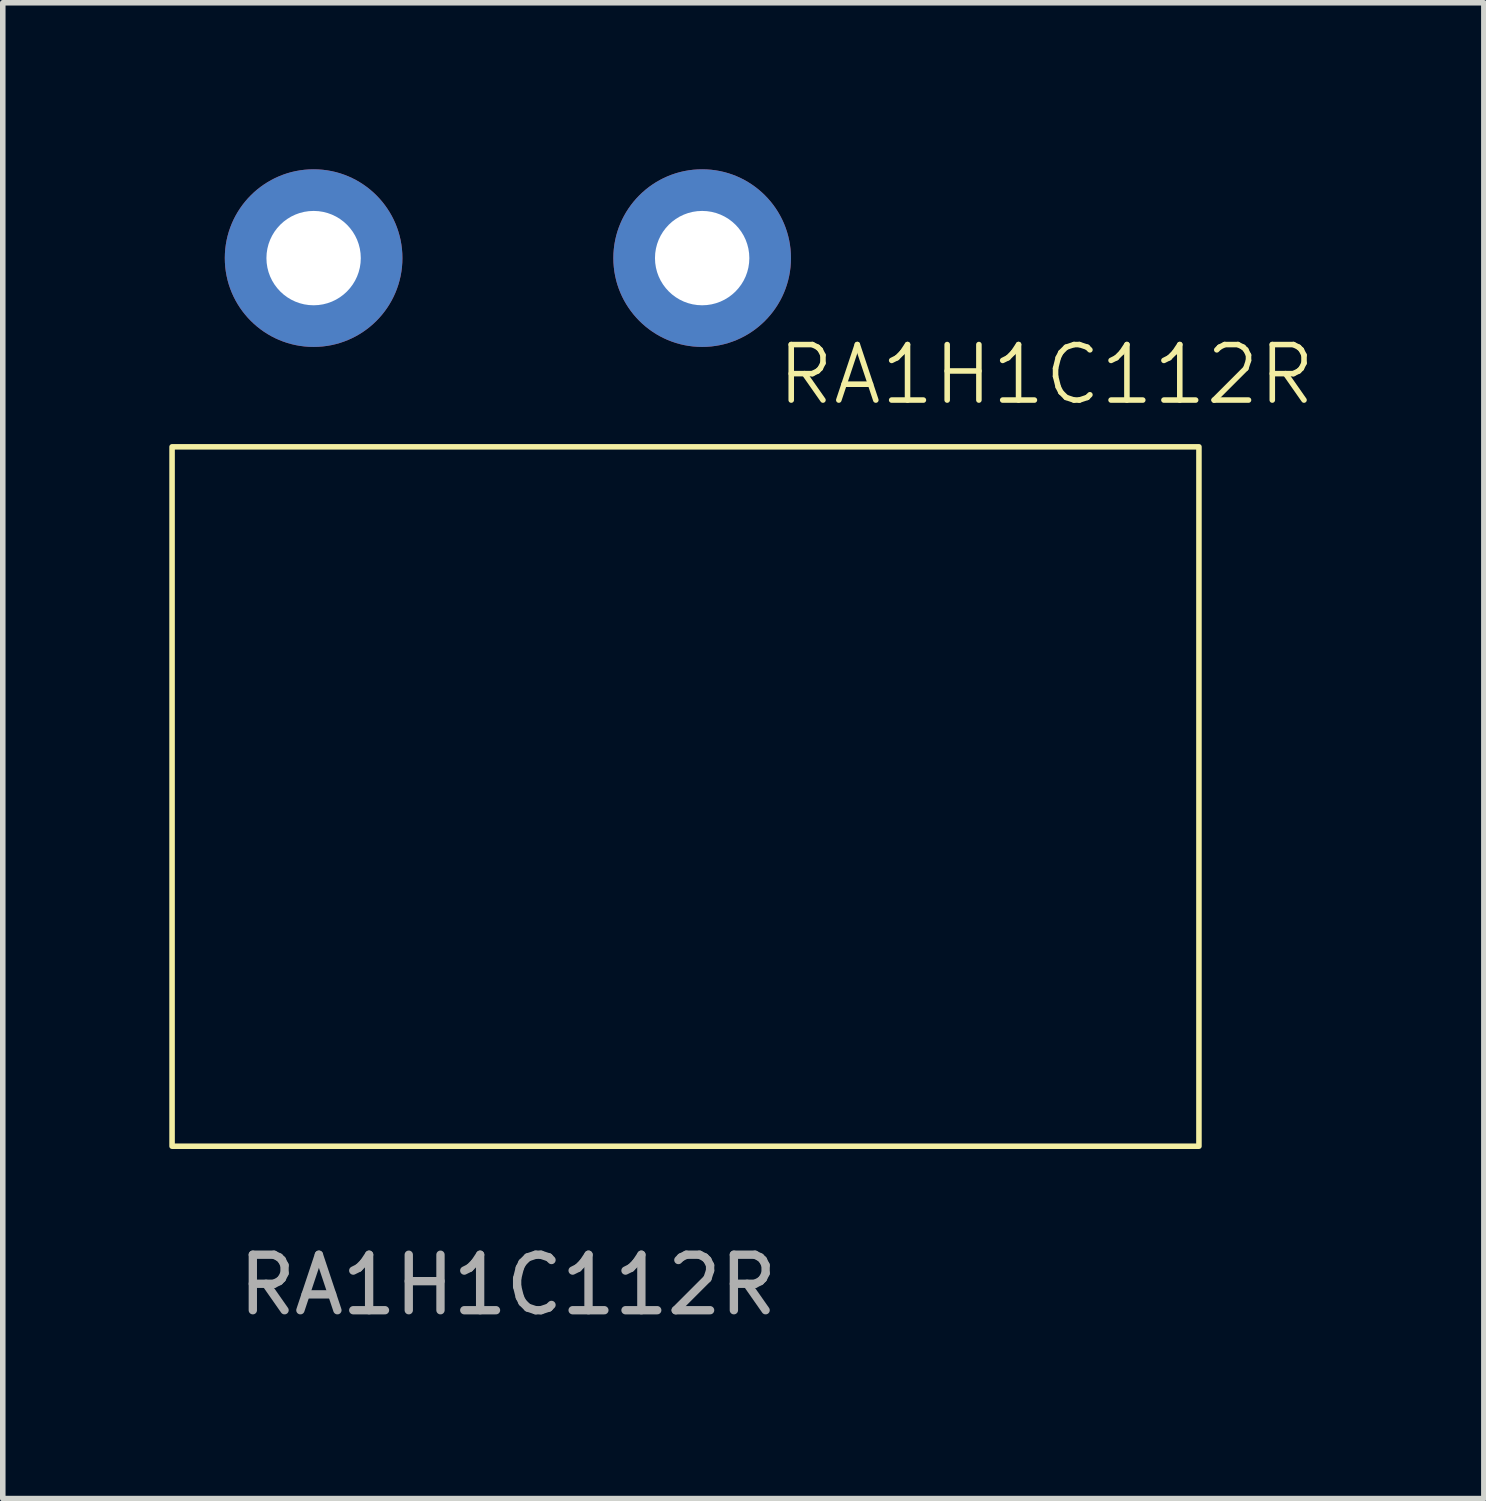
<source format=kicad_pcb>
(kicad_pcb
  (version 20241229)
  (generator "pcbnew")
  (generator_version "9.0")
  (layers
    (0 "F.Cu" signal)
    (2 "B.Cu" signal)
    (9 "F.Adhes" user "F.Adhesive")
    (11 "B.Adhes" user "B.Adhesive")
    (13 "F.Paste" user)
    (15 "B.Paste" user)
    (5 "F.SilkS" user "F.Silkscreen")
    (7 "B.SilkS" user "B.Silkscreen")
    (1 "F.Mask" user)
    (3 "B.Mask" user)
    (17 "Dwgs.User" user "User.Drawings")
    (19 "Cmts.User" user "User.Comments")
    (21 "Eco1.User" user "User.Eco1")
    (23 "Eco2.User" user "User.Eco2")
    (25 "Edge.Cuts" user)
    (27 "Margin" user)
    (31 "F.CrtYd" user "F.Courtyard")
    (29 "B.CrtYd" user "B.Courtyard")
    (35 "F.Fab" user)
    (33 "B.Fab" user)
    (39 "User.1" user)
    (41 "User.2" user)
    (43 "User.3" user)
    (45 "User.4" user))
  (footprint "RA1H1C112R"
    (layer "F.Cu")
    (at 6.1 17.6)
    (property "Reference" "RA1H1C112R" (at 9.7 -13.9 0) (unlocked yes) (layer "F.SilkS") (effects (font (size 1 1) (thickness 0.1))))
    (attr through_hole)
    (fp_rect (start -6.05 -12.6) (end 12.45 0) (stroke (width 0.1) (type default)) (fill no) (layer "F.SilkS"))
    (fp_text user "${REFERENCE}" (at 0 2.5 0) (unlocked yes) (layer "F.Fab") (effects (font (size 1 1) (thickness 0.15))))
    (pad "1" thru_hole circle (at -3.5 -16) (size 3.2 3.2) (drill 1.7) (layers "*.Cu" "*.Mask"))
    (pad "2" thru_hole circle (at 3.5 -16) (size 3.2 3.2) (drill 1.7) (layers "*.Cu" "*.Mask")))
  (gr_rect
    (start -3 -3)
    (end 23.683 23.948)
    (stroke (width 0.1) (type default))
    (fill no)
    (layer "Edge.Cuts")))
</source>
